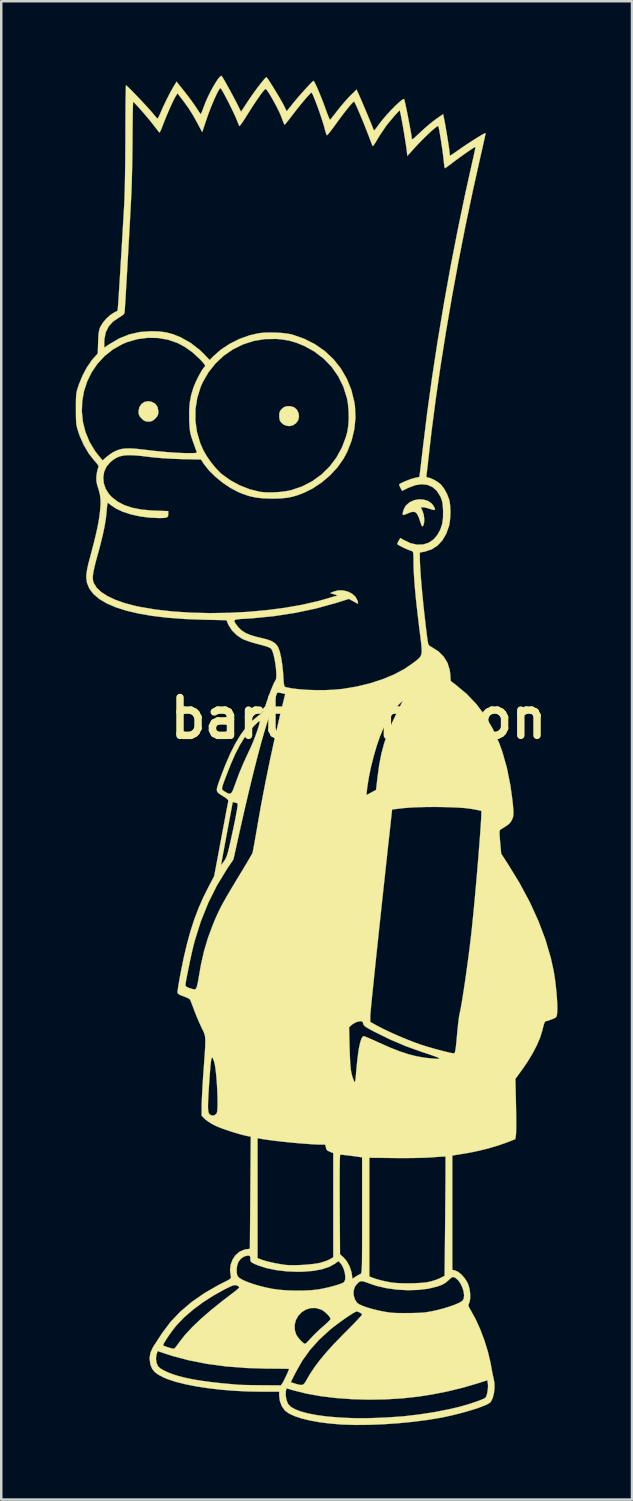
<source format=kicad_pcb>
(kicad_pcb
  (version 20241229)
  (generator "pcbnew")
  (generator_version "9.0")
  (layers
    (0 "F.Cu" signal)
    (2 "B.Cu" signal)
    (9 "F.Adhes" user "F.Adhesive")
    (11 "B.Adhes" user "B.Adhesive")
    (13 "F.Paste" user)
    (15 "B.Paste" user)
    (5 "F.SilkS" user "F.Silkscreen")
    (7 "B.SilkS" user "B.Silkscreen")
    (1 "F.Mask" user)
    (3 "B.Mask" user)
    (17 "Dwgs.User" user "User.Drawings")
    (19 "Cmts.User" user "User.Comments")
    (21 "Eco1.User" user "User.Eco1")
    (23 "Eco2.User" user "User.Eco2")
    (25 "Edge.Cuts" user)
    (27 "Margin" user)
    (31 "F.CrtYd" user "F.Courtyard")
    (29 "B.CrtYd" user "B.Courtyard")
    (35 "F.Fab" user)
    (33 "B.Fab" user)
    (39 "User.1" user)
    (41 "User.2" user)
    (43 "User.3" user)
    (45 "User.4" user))
  (footprint "bart_simpson"
    (layer "F.Cu")
    (at 11.379 25.856)
    (property "Reference" "bart_simpson" (at 0 0 0) (layer "F.SilkS") (effects (font (size 1.524 1.524) (thickness 0.3))))
    (attr through_hole)
    (fp_poly (pts (xy -8.328 -12.736) (xy -8.18 -12.655) (xy -8.089 -12.529) (xy -8.056 -12.359) (xy -8.055 -12.347) (xy -8.065 -12.232) (xy -8.105 -12.145) (xy -8.179 -12.061) (xy -8.274 -11.98) (xy -8.364 -11.945) (xy -8.455 -11.938) (xy -8.566 -11.949) (xy -8.654 -11.993) (xy -8.73 -12.061) (xy -8.81 -12.154) (xy -8.846 -12.242) (xy -8.854 -12.347) (xy -8.823 -12.514) (xy -8.739 -12.645) (xy -8.614 -12.73) (xy -8.461 -12.759) (xy -8.328 -12.736)) (stroke (width 0.01) (type solid)) (fill yes) (layer "F.SilkS"))
    (fp_poly (pts (xy -2.74 -12.557) (xy -2.59 -12.513) (xy -2.477 -12.412) (xy -2.41 -12.265) (xy -2.395 -12.136) (xy -2.428 -11.995) (xy -2.516 -11.873) (xy -2.641 -11.788) (xy -2.782 -11.757) (xy -2.901 -11.773) (xy -3.003 -11.812) (xy -3.013 -11.818) (xy -3.118 -11.906) (xy -3.173 -12.001) (xy -3.191 -12.131) (xy -3.192 -12.168) (xy -3.184 -12.289) (xy -3.15 -12.375) (xy -3.087 -12.449) (xy -2.991 -12.525) (xy -2.884 -12.558) (xy -2.74 -12.557)) (stroke (width 0.01) (type solid)) (fill yes) (layer "F.SilkS"))
    (fp_poly (pts (xy 2.624 -8.798) (xy 2.801 -8.742) (xy 2.946 -8.639) (xy 3.011 -8.556) (xy 3.069 -8.45) (xy 3.079 -8.392) (xy 3.035 -8.379) (xy 2.932 -8.405) (xy 2.886 -8.421) (xy 2.76 -8.46) (xy 2.648 -8.485) (xy 2.597 -8.491) (xy 2.507 -8.491) (xy 2.577 -8.337) (xy 2.622 -8.199) (xy 2.644 -8.044) (xy 2.643 -7.896) (xy 2.619 -7.782) (xy 2.602 -7.751) (xy 2.574 -7.723) (xy 2.55 -7.736) (xy 2.521 -7.799) (xy 2.489 -7.898) (xy 2.422 -8.092) (xy 2.359 -8.221) (xy 2.288 -8.292) (xy 2.2 -8.311) (xy 2.084 -8.285) (xy 1.963 -8.235) (xy 1.867 -8.197) (xy 1.801 -8.179) (xy 1.786 -8.18) (xy 1.776 -8.235) (xy 1.795 -8.328) (xy 1.836 -8.437) (xy 1.89 -8.536) (xy 1.914 -8.568) (xy 2.061 -8.694) (xy 2.239 -8.775) (xy 2.432 -8.809) (xy 2.624 -8.798)) (stroke (width 0.01) (type solid)) (fill yes) (layer "F.SilkS"))
    (fp_poly (pts (xy -5.484 -25.814) (xy -5.429 -25.724) (xy -5.354 -25.593) (xy -5.264 -25.432) (xy -5.166 -25.254) (xy -5.066 -25.069) (xy -4.971 -24.89) (xy -4.887 -24.727) (xy -4.853 -24.659) (xy -4.728 -24.407) (xy -4.457 -24.822) (xy -4.341 -24.995) (xy -4.215 -25.173) (xy -4.088 -25.346) (xy -3.968 -25.505) (xy -3.861 -25.639) (xy -3.776 -25.738) (xy -3.72 -25.792) (xy -3.706 -25.799) (xy -3.678 -25.77) (xy -3.621 -25.689) (xy -3.542 -25.568) (xy -3.449 -25.42) (xy -3.347 -25.254) (xy -3.244 -25.084) (xy -3.148 -24.92) (xy -3.066 -24.775) (xy -3.004 -24.659) (xy -2.991 -24.633) (xy -2.891 -24.428) (xy -2.655 -24.723) (xy -2.548 -24.853) (xy -2.424 -24.999) (xy -2.291 -25.151) (xy -2.158 -25.3) (xy -2.034 -25.434) (xy -1.93 -25.544) (xy -1.853 -25.621) (xy -1.812 -25.653) (xy -1.81 -25.653) (xy -1.785 -25.622) (xy -1.738 -25.533) (xy -1.676 -25.4) (xy -1.604 -25.233) (xy -1.525 -25.044) (xy -1.446 -24.845) (xy -1.371 -24.646) (xy -1.322 -24.511) (xy -1.263 -24.348) (xy -1.211 -24.214) (xy -1.171 -24.122) (xy -1.148 -24.084) (xy -1.146 -24.084) (xy -1.117 -24.115) (xy -1.053 -24.192) (xy -0.964 -24.304) (xy -0.86 -24.44) (xy -0.855 -24.447) (xy -0.719 -24.618) (xy -0.567 -24.798) (xy -0.419 -24.962) (xy -0.332 -25.052) (xy -0.077 -25.303) (xy 0.019 -25.088) (xy 0.081 -24.947) (xy 0.156 -24.773) (xy 0.239 -24.577) (xy 0.324 -24.375) (xy 0.407 -24.177) (xy 0.481 -23.998) (xy 0.541 -23.849) (xy 0.582 -23.745) (xy 0.597 -23.702) (xy 0.613 -23.667) (xy 0.637 -23.666) (xy 0.677 -23.705) (xy 0.743 -23.792) (xy 0.803 -23.876) (xy 0.909 -24.016) (xy 1.037 -24.171) (xy 1.178 -24.331) (xy 1.324 -24.488) (xy 1.467 -24.633) (xy 1.598 -24.757) (xy 1.708 -24.852) (xy 1.79 -24.91) (xy 1.833 -24.921) (xy 1.835 -24.92) (xy 1.849 -24.879) (xy 1.872 -24.779) (xy 1.904 -24.633) (xy 1.941 -24.454) (xy 1.981 -24.255) (xy 2.021 -24.048) (xy 2.059 -23.847) (xy 2.093 -23.664) (xy 2.119 -23.512) (xy 2.136 -23.403) (xy 2.14 -23.355) (xy 2.143 -23.317) (xy 2.158 -23.302) (xy 2.191 -23.315) (xy 2.252 -23.363) (xy 2.348 -23.45) (xy 2.488 -23.582) (xy 2.499 -23.593) (xy 2.662 -23.741) (xy 2.836 -23.892) (xy 3.002 -24.026) (xy 3.132 -24.123) (xy 3.406 -24.312) (xy 3.445 -24.121) (xy 3.476 -23.961) (xy 3.51 -23.769) (xy 3.546 -23.56) (xy 3.581 -23.347) (xy 3.613 -23.146) (xy 3.639 -22.97) (xy 3.657 -22.835) (xy 3.665 -22.754) (xy 3.665 -22.748) (xy 3.671 -22.673) (xy 3.686 -22.642) (xy 3.722 -22.662) (xy 3.804 -22.715) (xy 3.917 -22.793) (xy 4.003 -22.853) (xy 4.182 -22.978) (xy 4.369 -23.104) (xy 4.554 -23.225) (xy 4.727 -23.335) (xy 4.88 -23.429) (xy 5.002 -23.5) (xy 5.084 -23.542) (xy 5.116 -23.549) (xy 5.116 -23.548) (xy 5.108 -23.504) (xy 5.086 -23.4) (xy 5.052 -23.245) (xy 5.009 -23.049) (xy 4.958 -22.824) (xy 4.918 -22.651) (xy 4.605 -21.249) (xy 4.307 -19.83) (xy 4.026 -18.403) (xy 3.764 -16.979) (xy 3.522 -15.57) (xy 3.302 -14.185) (xy 3.107 -12.836) (xy 2.937 -11.533) (xy 2.813 -10.45) (xy 2.792 -10.252) (xy 2.771 -10.071) (xy 2.753 -9.923) (xy 2.74 -9.825) (xy 2.738 -9.806) (xy 2.731 -9.724) (xy 2.755 -9.692) (xy 2.783 -9.688) (xy 2.882 -9.666) (xy 3.012 -9.61) (xy 3.149 -9.532) (xy 3.271 -9.445) (xy 3.327 -9.393) (xy 3.451 -9.23) (xy 3.562 -9.025) (xy 3.644 -8.812) (xy 3.662 -8.743) (xy 3.688 -8.565) (xy 3.699 -8.346) (xy 3.694 -8.114) (xy 3.674 -7.899) (xy 3.647 -7.754) (xy 3.534 -7.432) (xy 3.379 -7.164) (xy 3.185 -6.953) (xy 2.953 -6.8) (xy 2.688 -6.711) (xy 2.679 -6.709) (xy 2.467 -6.667) (xy 2.468 -6.445) (xy 2.473 -6.243) (xy 2.487 -5.98) (xy 2.509 -5.664) (xy 2.539 -5.308) (xy 2.575 -4.92) (xy 2.616 -4.511) (xy 2.662 -4.09) (xy 2.711 -3.669) (xy 2.762 -3.257) (xy 2.763 -3.255) (xy 2.784 -3.102) (xy 2.803 -3.004) (xy 2.829 -2.945) (xy 2.868 -2.906) (xy 2.929 -2.872) (xy 2.938 -2.867) (xy 3.213 -2.692) (xy 3.428 -2.478) (xy 3.581 -2.229) (xy 3.67 -1.945) (xy 3.692 -1.779) (xy 3.711 -1.496) (xy 3.897 -1.358) (xy 4.348 -0.982) (xy 4.747 -0.564) (xy 5.096 -0.099) (xy 5.398 0.416) (xy 5.655 0.985) (xy 5.787 1.349) (xy 5.971 1.995) (xy 6.111 2.697) (xy 6.185 3.229) (xy 6.212 3.472) (xy 6.229 3.655) (xy 6.236 3.791) (xy 6.234 3.893) (xy 6.22 3.972) (xy 6.196 4.042) (xy 6.167 4.104) (xy 6.126 4.174) (xy 6.074 4.235) (xy 5.998 4.3) (xy 5.884 4.377) (xy 5.721 4.479) (xy 5.718 4.481) (xy 5.694 4.503) (xy 5.679 4.539) (xy 5.674 4.604) (xy 5.678 4.709) (xy 5.69 4.866) (xy 5.7 4.986) (xy 5.742 5.453) (xy 6.005 5.856) (xy 6.481 6.634) (xy 6.895 7.406) (xy 7.243 8.169) (xy 7.526 8.921) (xy 7.742 9.657) (xy 7.855 10.176) (xy 7.895 10.422) (xy 7.931 10.693) (xy 7.961 10.972) (xy 7.984 11.243) (xy 7.998 11.49) (xy 8.002 11.699) (xy 7.996 11.854) (xy 7.995 11.863) (xy 7.98 11.966) (xy 7.954 12.028) (xy 7.899 12.069) (xy 7.797 12.111) (xy 7.777 12.119) (xy 7.665 12.159) (xy 7.58 12.185) (xy 7.548 12.192) (xy 7.518 12.202) (xy 7.491 12.239) (xy 7.463 12.315) (xy 7.428 12.443) (xy 7.398 12.565) (xy 7.313 12.841) (xy 7.181 13.152) (xy 7.011 13.482) (xy 6.81 13.816) (xy 6.624 14.089) (xy 6.314 14.516) (xy 6.338 15.558) (xy 6.343 15.835) (xy 6.346 16.097) (xy 6.347 16.332) (xy 6.345 16.529) (xy 6.342 16.677) (xy 6.336 16.765) (xy 6.335 16.771) (xy 6.31 16.941) (xy 5.94 17.085) (xy 5.621 17.196) (xy 5.257 17.304) (xy 4.875 17.401) (xy 4.503 17.48) (xy 4.354 17.506) (xy 4.189 17.533) (xy 4.039 17.558) (xy 3.925 17.577) (xy 3.892 17.582) (xy 3.774 17.602) (xy 3.774 22.201) (xy 3.888 22.226) (xy 4.009 22.282) (xy 4.139 22.388) (xy 4.264 22.528) (xy 4.369 22.686) (xy 4.422 22.8) (xy 4.469 22.973) (xy 4.494 23.161) (xy 4.495 23.34) (xy 4.472 23.488) (xy 4.448 23.547) (xy 4.424 23.605) (xy 4.428 23.661) (xy 4.465 23.74) (xy 4.504 23.806) (xy 4.706 24.172) (xy 4.896 24.589) (xy 5.065 25.035) (xy 5.205 25.487) (xy 5.309 25.924) (xy 5.33 26.035) (xy 5.362 26.218) (xy 5.395 26.386) (xy 5.423 26.521) (xy 5.442 26.597) (xy 5.471 26.768) (xy 5.473 26.963) (xy 5.45 27.161) (xy 5.406 27.342) (xy 5.342 27.484) (xy 5.301 27.538) (xy 5.215 27.596) (xy 5.068 27.664) (xy 4.869 27.74) (xy 4.629 27.82) (xy 4.357 27.902) (xy 4.063 27.982) (xy 3.757 28.057) (xy 3.449 28.125) (xy 3.302 28.154) (xy 2.778 28.241) (xy 2.212 28.314) (xy 1.621 28.373) (xy 1.024 28.414) (xy 0.438 28.438) (xy -0.117 28.443) (xy -0.624 28.428) (xy -0.708 28.424) (xy -1.163 28.385) (xy -1.584 28.331) (xy -1.964 28.262) (xy -2.297 28.18) (xy -2.578 28.086) (xy -2.799 27.983) (xy -2.954 27.87) (xy -2.967 27.858) (xy -3.088 27.687) (xy -3.166 27.477) (xy -3.193 27.264) (xy -3.193 27.242) (xy -2.932 27.242) (xy -2.903 27.424) (xy -2.842 27.585) (xy -2.832 27.601) (xy -2.728 27.711) (xy -2.555 27.812) (xy -2.319 27.902) (xy -2.024 27.981) (xy -1.675 28.048) (xy -1.275 28.102) (xy -0.829 28.14) (xy -0.544 28.156) (xy -0.302 28.166) (xy -0.081 28.172) (xy 0.135 28.173) (xy 0.363 28.171) (xy 0.619 28.164) (xy 0.918 28.152) (xy 1.197 28.139) (xy 1.793 28.097) (xy 2.418 28.025) (xy 3.046 27.929) (xy 3.648 27.811) (xy 4.046 27.717) (xy 4.257 27.659) (xy 4.473 27.594) (xy 4.678 27.527) (xy 4.858 27.463) (xy 5.001 27.406) (xy 5.091 27.361) (xy 5.105 27.352) (xy 5.143 27.289) (xy 5.176 27.178) (xy 5.201 27.041) (xy 5.213 26.903) (xy 5.208 26.787) (xy 5.207 26.782) (xy 5.184 26.643) (xy 4.811 26.764) (xy 4.217 26.939) (xy 3.58 27.094) (xy 2.929 27.222) (xy 2.413 27.302) (xy 1.757 27.374) (xy 1.084 27.414) (xy 0.406 27.425) (xy -0.264 27.406) (xy -0.914 27.359) (xy -1.533 27.283) (xy -2.108 27.179) (xy -2.603 27.056) (xy -2.899 26.97) (xy -2.923 27.077) (xy -2.932 27.242) (xy -3.193 27.242) (xy -3.193 27.105) (xy -3.892 27.105) (xy -4.453 27.095) (xy -5.007 27.068) (xy -5.544 27.024) (xy -6.056 26.964) (xy -6.535 26.891) (xy -6.973 26.804) (xy -7.36 26.706) (xy -7.689 26.598) (xy -7.856 26.528) (xy -8.063 26.418) (xy -8.21 26.305) (xy -8.309 26.177) (xy -8.372 26.02) (xy -8.382 25.981) (xy -8.407 25.77) (xy -8.153 25.77) (xy -8.128 25.947) (xy -8.07 26.08) (xy -7.991 26.157) (xy -7.853 26.242) (xy -7.669 26.329) (xy -7.45 26.412) (xy -7.272 26.468) (xy -6.995 26.54) (xy -6.687 26.604) (xy -6.341 26.663) (xy -5.948 26.716) (xy -5.5 26.766) (xy -4.991 26.812) (xy -4.808 26.828) (xy -4.728 26.831) (xy -4.589 26.835) (xy -4.404 26.839) (xy -4.187 26.842) (xy -3.951 26.845) (xy -3.894 26.845) (xy -3.126 26.851) (xy -3.057 26.752) (xy -3.041 26.724) (xy -2.728 26.724) (xy -2.534 26.786) (xy -2.383 26.828) (xy -2.28 26.835) (xy -2.206 26.802) (xy -2.144 26.724) (xy -2.113 26.67) (xy -1.951 26.391) (xy -1.765 26.111) (xy -1.548 25.824) (xy -1.294 25.519) (xy -0.996 25.191) (xy -0.648 24.831) (xy -0.511 24.693) (xy -0.332 24.514) (xy -0.173 24.351) (xy -0.038 24.21) (xy 0.064 24.1) (xy 0.127 24.027) (xy 0.145 24) (xy 0.115 23.959) (xy 0.045 23.915) (xy -0.036 23.883) (xy -0.078 23.876) (xy -0.133 23.897) (xy -0.233 23.954) (xy -0.368 24.04) (xy -0.527 24.147) (xy -0.697 24.267) (xy -0.867 24.392) (xy -1.026 24.514) (xy -1.147 24.611) (xy -1.579 25.007) (xy -1.948 25.418) (xy -2.261 25.853) (xy -2.525 26.319) (xy -2.728 26.724) (xy -3.041 26.724) (xy -3.021 26.689) (xy -2.97 26.587) (xy -2.912 26.467) (xy -2.858 26.348) (xy -2.816 26.25) (xy -2.795 26.192) (xy -2.794 26.187) (xy -2.829 26.185) (xy -2.926 26.183) (xy -3.077 26.181) (xy -3.271 26.178) (xy -3.498 26.177) (xy -3.692 26.176) (xy -4.525 26.151) (xy -5.327 26.088) (xy -6.091 25.986) (xy -6.81 25.846) (xy -7.475 25.671) (xy -7.747 25.584) (xy -7.888 25.536) (xy -8 25.498) (xy -8.067 25.476) (xy -8.08 25.473) (xy -8.094 25.503) (xy -8.121 25.579) (xy -8.129 25.602) (xy -8.153 25.77) (xy -8.407 25.77) (xy -8.409 25.753) (xy -8.374 25.537) (xy -8.274 25.318) (xy -8.241 25.265) (xy -8.221 25.234) (xy -7.865 25.234) (xy -7.863 25.242) (xy -7.812 25.27) (xy -7.718 25.304) (xy -7.607 25.339) (xy -7.504 25.365) (xy -7.433 25.376) (xy -7.42 25.375) (xy -7.384 25.34) (xy -7.319 25.26) (xy -7.237 25.149) (xy -7.203 25.101) (xy -6.984 24.821) (xy -6.7 24.515) (xy -6.595 24.415) (xy -2.571 24.415) (xy -2.565 24.622) (xy -2.509 24.802) (xy -2.454 24.892) (xy -2.375 24.992) (xy -2.286 25.086) (xy -2.205 25.155) (xy -2.149 25.182) (xy -2.149 25.182) (xy -2.114 25.157) (xy -2.045 25.089) (xy -1.953 24.992) (xy -1.912 24.947) (xy -1.786 24.814) (xy -1.63 24.662) (xy -1.471 24.517) (xy -1.413 24.467) (xy -1.294 24.361) (xy -1.198 24.269) (xy -1.139 24.202) (xy -1.125 24.177) (xy -1.152 24.11) (xy -1.224 24.02) (xy -1.321 23.926) (xy -1.427 23.843) (xy -1.506 23.799) (xy -1.717 23.737) (xy -1.923 23.74) (xy -2.115 23.798) (xy -2.284 23.903) (xy -2.422 24.047) (xy -2.521 24.22) (xy -2.571 24.415) (xy -6.595 24.415) (xy -6.354 24.184) (xy -5.946 23.83) (xy -5.479 23.453) (xy -5.101 23.165) (xy -4.977 23.07) (xy -4.94 23.039) (xy -0.197 23.039) (xy -0.197 23.222) (xy -0.14 23.402) (xy -0.06 23.523) (xy 0.021 23.584) (xy 0.163 23.65) (xy 0.352 23.717) (xy 0.576 23.782) (xy 0.824 23.842) (xy 1.083 23.893) (xy 1.288 23.924) (xy 1.412 23.933) (xy 1.59 23.94) (xy 1.802 23.942) (xy 2.031 23.941) (xy 2.257 23.937) (xy 2.462 23.93) (xy 2.626 23.919) (xy 2.703 23.911) (xy 2.946 23.869) (xy 3.201 23.812) (xy 3.455 23.744) (xy 3.693 23.669) (xy 3.902 23.593) (xy 4.069 23.519) (xy 4.178 23.451) (xy 4.182 23.448) (xy 4.236 23.357) (xy 4.25 23.225) (xy 4.229 23.069) (xy 4.178 22.905) (xy 4.103 22.749) (xy 4.008 22.616) (xy 3.899 22.524) (xy 3.885 22.516) (xy 3.827 22.491) (xy 3.78 22.491) (xy 3.724 22.525) (xy 3.64 22.601) (xy 3.617 22.624) (xy 3.503 22.72) (xy 3.379 22.793) (xy 3.218 22.856) (xy 3.156 22.876) (xy 2.802 22.961) (xy 2.403 23.008) (xy 1.977 23.02) (xy 1.544 22.997) (xy 1.12 22.938) (xy 0.723 22.846) (xy 0.488 22.768) (xy 0.32 22.706) (xy 0.205 22.669) (xy 0.125 22.656) (xy 0.066 22.667) (xy 0.012 22.699) (xy -0.029 22.733) (xy -0.141 22.871) (xy -0.197 23.039) (xy -4.94 23.039) (xy -4.877 22.987) (xy -4.814 22.929) (xy -4.8 22.909) (xy -4.821 22.871) (xy -4.889 22.833) (xy -4.896 22.83) (xy -4.949 22.817) (xy -5.006 22.819) (xy -5.081 22.841) (xy -5.188 22.887) (xy -5.341 22.962) (xy -5.392 22.988) (xy -5.833 23.232) (xy -6.258 23.505) (xy -6.652 23.798) (xy -7.002 24.099) (xy -7.294 24.399) (xy -7.296 24.401) (xy -7.396 24.522) (xy -7.503 24.662) (xy -7.609 24.81) (xy -7.707 24.953) (xy -7.788 25.08) (xy -7.843 25.177) (xy -7.865 25.234) (xy -8.221 25.234) (xy -8.159 25.14) (xy -8.055 24.98) (xy -7.945 24.812) (xy -7.895 24.736) (xy -7.568 24.3) (xy -7.174 23.886) (xy -6.718 23.498) (xy -6.201 23.138) (xy -5.628 22.809) (xy -5.469 22.728) (xy -5.314 22.65) (xy -5.213 22.596) (xy -5.157 22.555) (xy -5.134 22.519) (xy -5.134 22.478) (xy -5.143 22.443) (xy -5.171 22.211) (xy -5.171 22.204) (xy -4.905 22.204) (xy -4.895 22.358) (xy -4.863 22.459) (xy -4.796 22.527) (xy -4.667 22.603) (xy -4.487 22.682) (xy -4.267 22.762) (xy -4.018 22.838) (xy -3.75 22.906) (xy -3.473 22.964) (xy -3.447 22.968) (xy -3.177 23.004) (xy -2.861 23.028) (xy -2.524 23.038) (xy -2.189 23.035) (xy -1.879 23.019) (xy -1.616 22.988) (xy -1.614 22.988) (xy -1.415 22.951) (xy -1.209 22.905) (xy -1.009 22.853) (xy -0.832 22.801) (xy -0.691 22.751) (xy -0.601 22.709) (xy -0.583 22.695) (xy -0.54 22.608) (xy -0.531 22.478) (xy -0.551 22.323) (xy -0.596 22.164) (xy -0.664 22.02) (xy -0.731 21.929) (xy -0.806 21.849) (xy -0.95 21.953) (xy -1.179 22.081) (xy -1.47 22.177) (xy -1.819 22.242) (xy -2.223 22.275) (xy -2.438 22.279) (xy -2.889 22.262) (xy -3.318 22.211) (xy -3.711 22.129) (xy -4.055 22.018) (xy -4.161 21.973) (xy -4.27 21.92) (xy -4.328 21.876) (xy -4.351 21.823) (xy -4.354 21.755) (xy -4.356 21.73) (xy -4.064 21.73) (xy -3.868 21.803) (xy -3.718 21.85) (xy -3.518 21.899) (xy -3.29 21.946) (xy -3.058 21.986) (xy -2.939 22.003) (xy -2.773 22.014) (xy -2.558 22.015) (xy -2.316 22.007) (xy -2.068 21.99) (xy -1.836 21.967) (xy -1.641 21.939) (xy -1.547 21.919) (xy -1.393 21.873) (xy -1.251 21.822) (xy -1.148 21.774) (xy -1.139 21.769) (xy -1.016 21.693) (xy -1.016 18.755) (xy -0.76 18.755) (xy -0.759 19.16) (xy -0.757 19.569) (xy -0.744 21.576) (xy -0.609 21.694) (xy -0.473 21.852) (xy -0.362 22.055) (xy -0.287 22.277) (xy -0.269 22.375) (xy -0.246 22.562) (xy -0.12 22.477) (xy -0.023 22.417) (xy 0.061 22.375) (xy 0.075 22.369) (xy 0.089 22.363) (xy 0.101 22.35) (xy 0.111 22.325) (xy 0.12 22.283) (xy 0.127 22.219) (xy 0.132 22.126) (xy 0.137 22.001) (xy 0.14 21.838) (xy 0.142 21.631) (xy 0.144 21.375) (xy 0.145 21.066) (xy 0.145 20.697) (xy 0.145 20.263) (xy 0.145 20.011) (xy 0.145 17.689) (xy 0.435 17.689) (xy 0.435 20.077) (xy 0.435 22.465) (xy 0.553 22.514) (xy 0.7 22.566) (xy 0.892 22.62) (xy 1.102 22.669) (xy 1.301 22.707) (xy 1.336 22.712) (xy 1.524 22.731) (xy 1.759 22.742) (xy 2.018 22.744) (xy 2.279 22.739) (xy 2.52 22.726) (xy 2.718 22.706) (xy 2.772 22.698) (xy 2.943 22.658) (xy 3.119 22.603) (xy 3.261 22.545) (xy 3.261 22.545) (xy 3.465 22.443) (xy 3.489 20.048) (xy 3.492 19.638) (xy 3.496 19.25) (xy 3.498 18.889) (xy 3.501 18.563) (xy 3.502 18.276) (xy 3.503 18.036) (xy 3.503 17.847) (xy 3.503 17.716) (xy 3.502 17.649) (xy 3.501 17.641) (xy 3.463 17.64) (xy 3.366 17.644) (xy 3.224 17.653) (xy 3.049 17.666) (xy 2.988 17.671) (xy 2.806 17.683) (xy 2.568 17.692) (xy 2.289 17.698) (xy 1.985 17.702) (xy 1.673 17.703) (xy 1.46 17.701) (xy 0.435 17.689) (xy 0.145 17.689) (xy 0.145 17.674) (xy 0.027 17.656) (xy -0.069 17.642) (xy -0.202 17.624) (xy -0.352 17.605) (xy -0.5 17.587) (xy -0.627 17.573) (xy -0.712 17.564) (xy -0.735 17.562) (xy -0.743 17.598) (xy -0.749 17.703) (xy -0.754 17.875) (xy -0.757 18.109) (xy -0.759 18.404) (xy -0.76 18.755) (xy -1.016 18.755) (xy -1.016 17.501) (xy -1.159 17.445) (xy -1.253 17.399) (xy -1.297 17.344) (xy -1.313 17.267) (xy -1.333 17.183) (xy -1.367 17.154) (xy -1.369 17.154) (xy -1.458 17.16) (xy -1.607 17.158) (xy -1.807 17.149) (xy -2.045 17.134) (xy -2.312 17.113) (xy -2.595 17.089) (xy -2.884 17.061) (xy -3.168 17.03) (xy -3.436 16.998) (xy -3.677 16.966) (xy -3.88 16.935) (xy -3.946 16.923) (xy -4.064 16.901) (xy -4.064 21.73) (xy -4.356 21.73) (xy -4.36 21.669) (xy -4.39 21.633) (xy -4.454 21.626) (xy -4.597 21.66) (xy -4.73 21.749) (xy -4.832 21.879) (xy -4.842 21.899) (xy -4.887 22.042) (xy -4.905 22.204) (xy -5.171 22.204) (xy -5.143 21.985) (xy -5.064 21.778) (xy -4.942 21.602) (xy -4.783 21.468) (xy -4.593 21.387) (xy -4.527 21.375) (xy -4.372 21.354) (xy -4.354 19.098) (xy -4.336 16.841) (xy -4.462 16.818) (xy -4.642 16.777) (xy -4.864 16.716) (xy -5.107 16.642) (xy -5.348 16.562) (xy -5.566 16.483) (xy -5.736 16.412) (xy -5.75 16.406) (xy -5.903 16.326) (xy -6.048 16.236) (xy -6.159 16.153) (xy -6.18 16.133) (xy -6.314 16) (xy -6.313 15.629) (xy -6.313 15.604) (xy -6.058 15.604) (xy -6.055 15.73) (xy -6.045 15.821) (xy -6.029 15.885) (xy -6.006 15.927) (xy -5.998 15.937) (xy -5.908 15.99) (xy -5.809 15.984) (xy -5.724 15.923) (xy -5.705 15.893) (xy -5.687 15.817) (xy -5.676 15.681) (xy -5.672 15.498) (xy -5.675 15.28) (xy -5.682 15.039) (xy -5.695 14.789) (xy -5.712 14.541) (xy -5.733 14.307) (xy -5.757 14.101) (xy -5.783 13.935) (xy -5.81 13.822) (xy -5.843 13.731) (xy -5.87 13.673) (xy -5.893 13.654) (xy -5.912 13.678) (xy -5.93 13.751) (xy -5.947 13.878) (xy -5.965 14.062) (xy -5.984 14.31) (xy -6.005 14.596) (xy -6.028 14.938) (xy -6.044 15.215) (xy -6.054 15.434) (xy -6.058 15.604) (xy -6.313 15.604) (xy -6.311 15.489) (xy -6.303 15.292) (xy -6.291 15.052) (xy -6.276 14.783) (xy -6.259 14.501) (xy -6.243 14.278) (xy -6.217 13.917) (xy -6.196 13.621) (xy -6.18 13.38) (xy -6.17 13.188) (xy -6.165 13.037) (xy -6.167 12.918) (xy -6.175 12.823) (xy -6.19 12.745) (xy -6.212 12.676) (xy -6.241 12.606) (xy -6.279 12.529) (xy -6.32 12.446) (xy -6.321 12.442) (xy -0.381 12.442) (xy -0.358 13.288) (xy -0.348 13.593) (xy -0.336 13.838) (xy -0.322 14.034) (xy -0.302 14.192) (xy -0.275 14.326) (xy -0.241 14.446) (xy -0.197 14.564) (xy -0.18 14.605) (xy -0.162 14.64) (xy -0.148 14.645) (xy -0.135 14.613) (xy -0.123 14.536) (xy -0.109 14.405) (xy -0.092 14.212) (xy -0.085 14.133) (xy -0.064 13.907) (xy -0.039 13.68) (xy -0.013 13.474) (xy 0.012 13.31) (xy 0.02 13.262) (xy 0.068 13.05) (xy 0.115 12.905) (xy 0.163 12.822) (xy 0.214 12.796) (xy 0.219 12.797) (xy 0.269 12.813) (xy 0.371 12.856) (xy 0.516 12.918) (xy 0.69 12.996) (xy 0.83 13.06) (xy 1.262 13.252) (xy 1.648 13.404) (xy 2.002 13.521) (xy 2.336 13.606) (xy 2.664 13.664) (xy 2.994 13.698) (xy 3.127 13.706) (xy 3.215 13.706) (xy 3.254 13.698) (xy 3.242 13.679) (xy 3.175 13.647) (xy 3.05 13.599) (xy 2.862 13.534) (xy 2.61 13.45) (xy 2.554 13.432) (xy 1.9 13.197) (xy 1.266 12.927) (xy 0.621 12.609) (xy 0.599 12.597) (xy 0.428 12.505) (xy 0.313 12.437) (xy 0.241 12.384) (xy 0.204 12.339) (xy 0.189 12.294) (xy 0.188 12.289) (xy 0.163 12.215) (xy 0.101 12.192) (xy 0.091 12.192) (xy -0.074 12.223) (xy -0.234 12.309) (xy -0.29 12.356) (xy -0.381 12.442) (xy -6.321 12.442) (xy -6.41 12.248) (xy -6.508 12.021) (xy -6.517 11.997) (xy 0.472 11.997) (xy 0.472 12.224) (xy 0.782 12.394) (xy 1.019 12.515) (xy 1.303 12.65) (xy 1.615 12.788) (xy 1.932 12.921) (xy 2.234 13.04) (xy 2.466 13.124) (xy 2.642 13.181) (xy 2.843 13.242) (xy 3.055 13.303) (xy 3.266 13.36) (xy 3.463 13.411) (xy 3.633 13.452) (xy 3.762 13.478) (xy 3.838 13.488) (xy 3.846 13.488) (xy 3.867 13.471) (xy 3.885 13.424) (xy 3.903 13.338) (xy 3.921 13.203) (xy 3.941 13.013) (xy 3.963 12.772) (xy 3.984 12.543) (xy 4.006 12.329) (xy 4.028 12.144) (xy 4.047 12.004) (xy 4.062 11.921) (xy 4.062 11.92) (xy 4.092 11.785) (xy 4.13 11.587) (xy 4.173 11.336) (xy 4.22 11.04) (xy 4.27 10.711) (xy 4.322 10.356) (xy 4.373 9.985) (xy 4.424 9.608) (xy 4.472 9.234) (xy 4.515 8.872) (xy 4.535 8.707) (xy 4.565 8.428) (xy 4.597 8.113) (xy 4.631 7.77) (xy 4.666 7.405) (xy 4.701 7.024) (xy 4.735 6.635) (xy 4.769 6.244) (xy 4.802 5.858) (xy 4.832 5.484) (xy 4.86 5.128) (xy 4.885 4.798) (xy 4.907 4.5) (xy 4.924 4.242) (xy 4.937 4.029) (xy 4.944 3.868) (xy 4.945 3.767) (xy 4.941 3.733) (xy 4.898 3.718) (xy 4.797 3.696) (xy 4.656 3.669) (xy 4.499 3.642) (xy 4.298 3.617) (xy 4.039 3.598) (xy 3.737 3.584) (xy 3.407 3.575) (xy 3.062 3.571) (xy 2.719 3.574) (xy 2.391 3.581) (xy 2.093 3.595) (xy 1.84 3.615) (xy 1.755 3.624) (xy 1.352 3.673) (xy 1.331 3.86) (xy 1.258 4.531) (xy 1.184 5.198) (xy 1.113 5.856) (xy 1.043 6.503) (xy 0.974 7.133) (xy 0.909 7.743) (xy 0.846 8.329) (xy 0.787 8.886) (xy 0.731 9.41) (xy 0.68 9.898) (xy 0.633 10.346) (xy 0.592 10.749) (xy 0.555 11.103) (xy 0.525 11.404) (xy 0.501 11.649) (xy 0.484 11.833) (xy 0.474 11.952) (xy 0.472 11.997) (xy -6.517 11.997) (xy -6.594 11.805) (xy -6.619 11.738) (xy -6.676 11.583) (xy -6.727 11.451) (xy -6.764 11.357) (xy -6.78 11.323) (xy -6.827 11.286) (xy -6.923 11.239) (xy -7.042 11.193) (xy -7.181 11.14) (xy -7.259 11.092) (xy -7.286 11.045) (xy -7.283 10.989) (xy -7.267 10.874) (xy -7.247 10.747) (xy -6.967 10.747) (xy -6.938 10.799) (xy -6.846 10.847) (xy -6.795 10.864) (xy -6.678 10.899) (xy -6.611 10.915) (xy -6.574 10.91) (xy -6.547 10.887) (xy -6.534 10.87) (xy -6.51 10.813) (xy -6.481 10.703) (xy -6.452 10.559) (xy -6.44 10.48) (xy -6.337 9.893) (xy -6.212 9.354) (xy -6.059 8.843) (xy -5.89 8.382) (xy -5.812 8.19) (xy -5.739 8.016) (xy -5.664 7.851) (xy -5.584 7.685) (xy -5.494 7.511) (xy -5.388 7.32) (xy -5.263 7.101) (xy -5.113 6.847) (xy -4.934 6.549) (xy -4.736 6.223) (xy -4.609 6.013) (xy -4.495 5.821) (xy -4.397 5.656) (xy -4.323 5.528) (xy -4.278 5.447) (xy -4.268 5.425) (xy -4.255 5.372) (xy -4.232 5.257) (xy -4.201 5.09) (xy -4.164 4.88) (xy -4.121 4.637) (xy -4.075 4.37) (xy -4.064 4.3) (xy -3.916 3.464) (xy -3.845 3.093) (xy 0.318 3.093) (xy 0.706 2.885) (xy 0.767 2.359) (xy 0.834 1.869) (xy 0.921 1.425) (xy 1.033 1.007) (xy 1.176 0.594) (xy 1.358 0.164) (xy 1.532 -0.2) (xy 1.785 -0.708) (xy 1.634 -0.562) (xy 1.511 -0.424) (xy 1.372 -0.236) (xy 1.23 -0.017) (xy 1.097 0.214) (xy 0.991 0.424) (xy 0.862 0.737) (xy 0.735 1.104) (xy 0.617 1.504) (xy 0.511 1.919) (xy 0.425 2.329) (xy 0.361 2.715) (xy 0.343 2.862) (xy 0.318 3.093) (xy -3.845 3.093) (xy -3.747 2.584) (xy -3.563 1.683) (xy -3.368 0.786) (xy -3.168 -0.082) (xy -3.072 -0.478) (xy -2.951 -0.974) (xy -3.099 -1.011) (xy -3.196 -1.029) (xy -3.26 -1.029) (xy -3.27 -1.023) (xy -3.292 -0.977) (xy -3.332 -0.873) (xy -3.385 -0.72) (xy -3.45 -0.529) (xy -3.521 -0.312) (xy -3.597 -0.078) (xy -3.673 0.161) (xy -3.745 0.395) (xy -3.811 0.614) (xy -3.833 0.689) (xy -3.938 1.062) (xy -4.054 1.497) (xy -4.178 1.983) (xy -4.309 2.511) (xy -4.444 3.071) (xy -4.58 3.653) (xy -4.715 4.247) (xy -4.752 4.41) (xy -5.034 5.681) (xy -5.293 6.065) (xy -5.694 6.723) (xy -6.046 7.429) (xy -6.346 8.174) (xy -6.589 8.948) (xy -6.637 9.133) (xy -6.679 9.306) (xy -6.726 9.511) (xy -6.775 9.735) (xy -6.823 9.965) (xy -6.868 10.187) (xy -6.908 10.39) (xy -6.94 10.559) (xy -6.96 10.683) (xy -6.967 10.747) (xy -7.247 10.747) (xy -7.242 10.712) (xy -7.208 10.516) (xy -7.168 10.298) (xy -7.166 10.286) (xy -7.039 9.657) (xy -6.905 9.088) (xy -6.763 8.57) (xy -6.607 8.089) (xy -6.434 7.634) (xy -6.24 7.194) (xy -6.023 6.762) (xy -5.81 6.358) (xy -5.726 5.915) (xy -5.533 5.915) (xy -5.511 5.888) (xy -5.459 5.819) (xy -5.408 5.748) (xy -5.367 5.685) (xy -5.33 5.613) (xy -5.295 5.523) (xy -5.259 5.404) (xy -5.218 5.245) (xy -5.169 5.035) (xy -5.116 4.794) (xy -5.04 4.443) (xy -4.976 4.137) (xy -4.926 3.879) (xy -4.89 3.676) (xy -4.868 3.53) (xy -4.863 3.448) (xy -4.866 3.431) (xy -4.909 3.412) (xy -4.971 3.394) (xy -5.062 3.372) (xy -5.3 4.643) (xy -5.355 4.936) (xy -5.405 5.206) (xy -5.449 5.443) (xy -5.485 5.641) (xy -5.512 5.79) (xy -5.529 5.884) (xy -5.533 5.915) (xy -5.726 5.915) (xy -5.535 4.893) (xy -5.475 4.574) (xy -5.419 4.276) (xy -5.368 4.005) (xy -5.324 3.771) (xy -5.288 3.581) (xy -5.261 3.443) (xy -5.246 3.365) (xy -5.243 3.352) (xy -5.246 3.303) (xy -5.285 3.251) (xy -5.372 3.187) (xy -5.438 3.145) (xy -5.559 3.07) (xy -5.642 3.01) (xy -5.689 2.951) (xy -5.704 2.879) (xy -5.699 2.844) (xy -5.493 2.844) (xy -5.479 2.882) (xy -5.448 2.911) (xy -5.403 2.941) (xy -5.382 2.955) (xy -5.26 3.025) (xy -5.174 3.041) (xy -5.112 3) (xy -5.07 2.93) (xy -5.03 2.833) (xy -4.979 2.698) (xy -4.936 2.576) (xy -4.802 2.214) (xy -4.632 1.808) (xy -4.432 1.375) (xy -4.399 1.306) (xy -4.322 1.139) (xy -4.243 0.953) (xy -4.167 0.759) (xy -4.098 0.57) (xy -4.04 0.398) (xy -3.998 0.256) (xy -3.976 0.156) (xy -3.978 0.111) (xy -4.01 0.127) (xy -4.079 0.185) (xy -4.173 0.277) (xy -4.234 0.339) (xy -4.435 0.57) (xy -4.62 0.824) (xy -4.794 1.111) (xy -4.962 1.441) (xy -5.131 1.825) (xy -5.271 2.177) (xy -5.359 2.407) (xy -5.424 2.579) (xy -5.467 2.703) (xy -5.489 2.788) (xy -5.493 2.844) (xy -5.699 2.844) (xy -5.689 2.781) (xy -5.646 2.642) (xy -5.577 2.45) (xy -5.567 2.423) (xy -5.36 1.88) (xy -5.153 1.405) (xy -4.943 0.994) (xy -4.728 0.642) (xy -4.505 0.344) (xy -4.271 0.097) (xy -4.068 -0.072) (xy -3.943 -0.169) (xy -3.863 -0.246) (xy -3.811 -0.323) (xy -3.772 -0.42) (xy -3.758 -0.463) (xy -3.693 -0.664) (xy -3.621 -0.87) (xy -3.548 -1.067) (xy -3.478 -1.243) (xy -3.417 -1.385) (xy -3.37 -1.48) (xy -3.346 -1.514) (xy -3.318 -1.576) (xy -3.307 -1.693) (xy -3.31 -1.85) (xy -3.325 -2.033) (xy -3.351 -2.225) (xy -3.385 -2.413) (xy -3.425 -2.581) (xy -3.47 -2.715) (xy -3.513 -2.794) (xy -3.573 -2.837) (xy -3.687 -2.884) (xy -3.863 -2.936) (xy -4.028 -2.979) (xy -4.228 -3.033) (xy -4.423 -3.094) (xy -4.589 -3.155) (xy -4.692 -3.202) (xy -4.908 -3.349) (xy -5.092 -3.535) (xy -5.226 -3.741) (xy -5.248 -3.789) (xy -5.313 -3.945) (xy -6.276 -3.966) (xy -7.01 -3.994) (xy -7.685 -4.045) (xy -8.299 -4.118) (xy -8.853 -4.213) (xy -9.344 -4.329) (xy -9.773 -4.466) (xy -10.137 -4.623) (xy -10.435 -4.801) (xy -10.668 -4.999) (xy -10.833 -5.217) (xy -10.93 -5.454) (xy -10.95 -5.612) (xy -10.693 -5.612) (xy -10.679 -5.513) (xy -10.652 -5.433) (xy -10.537 -5.25) (xy -10.353 -5.077) (xy -10.104 -4.916) (xy -9.794 -4.769) (xy -9.426 -4.638) (xy -9.005 -4.525) (xy -8.803 -4.482) (xy -8.16 -4.373) (xy -7.468 -4.296) (xy -6.739 -4.248) (xy -5.985 -4.23) (xy -5.218 -4.241) (xy -4.451 -4.281) (xy -3.695 -4.349) (xy -2.964 -4.444) (xy -2.269 -4.566) (xy -1.623 -4.715) (xy -1.281 -4.811) (xy -1.118 -4.86) (xy -0.981 -4.9) (xy -0.885 -4.928) (xy -0.844 -4.938) (xy -0.858 -4.949) (xy -0.926 -4.972) (xy -0.98 -4.988) (xy -1.143 -5.034) (xy -1.008 -5.093) (xy -0.818 -5.145) (xy -0.619 -5.143) (xy -0.426 -5.096) (xy -0.255 -5.008) (xy -0.121 -4.885) (xy -0.04 -4.733) (xy -0.038 -4.726) (xy -0.02 -4.647) (xy -0.019 -4.609) (xy -0.021 -4.608) (xy -0.058 -4.625) (xy -0.139 -4.666) (xy -0.21 -4.706) (xy -0.385 -4.803) (xy -0.927 -4.633) (xy -1.705 -4.418) (xy -2.53 -4.243) (xy -3.388 -4.11) (xy -4.264 -4.023) (xy -4.563 -4.004) (xy -4.76 -3.992) (xy -4.892 -3.978) (xy -4.969 -3.958) (xy -4.999 -3.927) (xy -4.991 -3.881) (xy -4.952 -3.816) (xy -4.948 -3.809) (xy -4.83 -3.653) (xy -4.7 -3.53) (xy -4.546 -3.43) (xy -4.353 -3.348) (xy -4.109 -3.276) (xy -3.916 -3.231) (xy -3.67 -3.168) (xy -3.487 -3.097) (xy -3.355 -3.012) (xy -3.264 -2.909) (xy -3.232 -2.851) (xy -3.171 -2.684) (xy -3.118 -2.457) (xy -3.073 -2.182) (xy -3.039 -1.87) (xy -3.026 -1.692) (xy -3.015 -1.511) (xy -3.004 -1.39) (xy -2.99 -1.316) (xy -2.97 -1.275) (xy -2.941 -1.255) (xy -2.911 -1.246) (xy -2.667 -1.199) (xy -2.369 -1.163) (xy -2.032 -1.14) (xy -1.676 -1.129) (xy -1.315 -1.132) (xy -0.969 -1.148) (xy -0.652 -1.178) (xy -0.635 -1.18) (xy -0.076 -1.274) (xy 0.461 -1.404) (xy 0.967 -1.568) (xy 1.431 -1.761) (xy 1.843 -1.98) (xy 2.174 -2.205) (xy 2.291 -2.293) (xy 2.383 -2.366) (xy 2.452 -2.431) (xy 2.501 -2.499) (xy 2.53 -2.578) (xy 2.543 -2.68) (xy 2.541 -2.812) (xy 2.526 -2.985) (xy 2.499 -3.209) (xy 2.463 -3.492) (xy 2.45 -3.594) (xy 2.375 -4.224) (xy 2.313 -4.784) (xy 2.267 -5.277) (xy 2.235 -5.702) (xy 2.217 -6.062) (xy 2.214 -6.284) (xy 2.213 -6.465) (xy 2.209 -6.587) (xy 2.2 -6.661) (xy 2.184 -6.703) (xy 2.157 -6.723) (xy 2.132 -6.732) (xy 2.031 -6.768) (xy 1.908 -6.819) (xy 1.783 -6.878) (xy 1.671 -6.936) (xy 1.591 -6.983) (xy 1.56 -7.012) (xy 1.577 -7.065) (xy 1.619 -7.145) (xy 1.621 -7.149) (xy 1.682 -7.253) (xy 1.83 -7.167) (xy 2.098 -7.043) (xy 2.357 -6.986) (xy 2.602 -6.992) (xy 2.825 -7.063) (xy 3.02 -7.196) (xy 3.174 -7.377) (xy 3.291 -7.59) (xy 3.366 -7.813) (xy 3.402 -8.064) (xy 3.404 -8.359) (xy 3.393 -8.547) (xy 3.375 -8.685) (xy 3.346 -8.798) (xy 3.3 -8.91) (xy 3.289 -8.935) (xy 3.152 -9.15) (xy 2.979 -9.303) (xy 2.775 -9.392) (xy 2.543 -9.418) (xy 2.284 -9.379) (xy 2.004 -9.274) (xy 1.957 -9.251) (xy 1.755 -9.15) (xy 1.688 -9.274) (xy 1.649 -9.356) (xy 1.634 -9.407) (xy 1.636 -9.412) (xy 1.705 -9.456) (xy 1.821 -9.512) (xy 1.962 -9.571) (xy 2.104 -9.624) (xy 2.227 -9.661) (xy 2.241 -9.665) (xy 2.449 -9.712) (xy 2.476 -9.909) (xy 2.488 -10.003) (xy 2.506 -10.156) (xy 2.53 -10.353) (xy 2.556 -10.581) (xy 2.585 -10.827) (xy 2.596 -10.922) (xy 2.765 -12.303) (xy 2.964 -13.735) (xy 3.188 -15.202) (xy 3.437 -16.689) (xy 3.706 -18.182) (xy 3.995 -19.666) (xy 4.299 -21.125) (xy 4.588 -22.422) (xy 4.631 -22.613) (xy 4.666 -22.777) (xy 4.692 -22.903) (xy 4.704 -22.978) (xy 4.705 -22.993) (xy 4.671 -22.979) (xy 4.59 -22.93) (xy 4.472 -22.852) (xy 4.329 -22.753) (xy 4.17 -22.641) (xy 4.008 -22.524) (xy 3.852 -22.408) (xy 3.771 -22.346) (xy 3.65 -22.255) (xy 3.552 -22.184) (xy 3.49 -22.141) (xy 3.476 -22.134) (xy 3.464 -22.168) (xy 3.45 -22.257) (xy 3.435 -22.384) (xy 3.431 -22.434) (xy 3.417 -22.561) (xy 3.396 -22.727) (xy 3.37 -22.917) (xy 3.34 -23.119) (xy 3.309 -23.318) (xy 3.279 -23.502) (xy 3.251 -23.658) (xy 3.229 -23.771) (xy 3.214 -23.829) (xy 3.211 -23.834) (xy 3.173 -23.823) (xy 3.093 -23.767) (xy 2.98 -23.673) (xy 2.842 -23.547) (xy 2.687 -23.399) (xy 2.522 -23.234) (xy 2.356 -23.061) (xy 2.224 -22.918) (xy 1.966 -22.631) (xy 1.941 -22.845) (xy 1.922 -22.989) (xy 1.892 -23.184) (xy 1.856 -23.411) (xy 1.817 -23.65) (xy 1.777 -23.882) (xy 1.74 -24.086) (xy 1.709 -24.243) (xy 1.703 -24.275) (xy 1.659 -24.474) (xy 1.442 -24.239) (xy 1.137 -23.874) (xy 0.863 -23.472) (xy 0.749 -23.28) (xy 0.676 -23.159) (xy 0.616 -23.072) (xy 0.578 -23.03) (xy 0.569 -23.03) (xy 0.549 -23.075) (xy 0.51 -23.173) (xy 0.458 -23.309) (xy 0.406 -23.445) (xy 0.325 -23.656) (xy 0.238 -23.877) (xy 0.148 -24.096) (xy 0.061 -24.304) (xy -0.019 -24.49) (xy -0.087 -24.643) (xy -0.141 -24.755) (xy -0.174 -24.813) (xy -0.181 -24.819) (xy -0.221 -24.791) (xy -0.296 -24.712) (xy -0.4 -24.589) (xy -0.526 -24.432) (xy -0.667 -24.248) (xy -0.818 -24.045) (xy -0.919 -23.905) (xy -1.033 -23.749) (xy -1.133 -23.617) (xy -1.211 -23.52) (xy -1.261 -23.467) (xy -1.273 -23.461) (xy -1.295 -23.502) (xy -1.325 -23.592) (xy -1.345 -23.667) (xy -1.383 -23.81) (xy -1.436 -23.985) (xy -1.499 -24.182) (xy -1.57 -24.388) (xy -1.642 -24.592) (xy -1.713 -24.783) (xy -1.778 -24.949) (xy -1.833 -25.078) (xy -1.874 -25.159) (xy -1.893 -25.182) (xy -1.929 -25.155) (xy -2.002 -25.08) (xy -2.103 -24.967) (xy -2.224 -24.824) (xy -2.357 -24.662) (xy -2.496 -24.49) (xy -2.63 -24.316) (xy -2.675 -24.257) (xy -2.781 -24.118) (xy -2.872 -24.003) (xy -2.938 -23.921) (xy -2.97 -23.886) (xy -2.971 -23.885) (xy -2.992 -23.913) (xy -3.029 -23.994) (xy -3.074 -24.115) (xy -3.096 -24.175) (xy -3.143 -24.296) (xy -3.213 -24.447) (xy -3.298 -24.616) (xy -3.391 -24.79) (xy -3.485 -24.959) (xy -3.574 -25.109) (xy -3.651 -25.228) (xy -3.709 -25.305) (xy -3.739 -25.327) (xy -3.78 -25.298) (xy -3.853 -25.213) (xy -3.952 -25.082) (xy -4.073 -24.911) (xy -4.209 -24.709) (xy -4.354 -24.483) (xy -4.466 -24.305) (xy -4.57 -24.139) (xy -4.662 -24) (xy -4.734 -23.897) (xy -4.78 -23.84) (xy -4.793 -23.833) (xy -4.817 -23.878) (xy -4.856 -23.97) (xy -4.898 -24.076) (xy -4.948 -24.196) (xy -5.018 -24.349) (xy -5.101 -24.523) (xy -5.192 -24.706) (xy -5.284 -24.888) (xy -5.372 -25.055) (xy -5.45 -25.197) (xy -5.511 -25.302) (xy -5.55 -25.358) (xy -5.558 -25.364) (xy -5.592 -25.331) (xy -5.647 -25.241) (xy -5.716 -25.105) (xy -5.796 -24.932) (xy -5.881 -24.733) (xy -5.967 -24.52) (xy -6.049 -24.303) (xy -6.115 -24.113) (xy -6.291 -23.589) (xy -6.485 -23.953) (xy -6.662 -24.271) (xy -6.84 -24.553) (xy -7.041 -24.833) (xy -7.123 -24.94) (xy -7.287 -25.151) (xy -7.386 -24.983) (xy -7.446 -24.869) (xy -7.525 -24.703) (xy -7.615 -24.503) (xy -7.709 -24.284) (xy -7.799 -24.064) (xy -7.88 -23.858) (xy -7.911 -23.774) (xy -7.956 -23.664) (xy -7.994 -23.593) (xy -8.018 -23.574) (xy -8.018 -23.575) (xy -8.049 -23.614) (xy -8.114 -23.698) (xy -8.203 -23.812) (xy -8.281 -23.912) (xy -8.378 -24.035) (xy -8.495 -24.176) (xy -8.622 -24.326) (xy -8.75 -24.472) (xy -8.868 -24.605) (xy -8.968 -24.713) (xy -9.039 -24.785) (xy -9.069 -24.81) (xy -9.074 -24.777) (xy -9.078 -24.679) (xy -9.083 -24.524) (xy -9.087 -24.32) (xy -9.09 -24.073) (xy -9.093 -23.793) (xy -9.095 -23.486) (xy -9.096 -23.395) (xy -9.098 -23.039) (xy -9.103 -22.669) (xy -9.108 -22.3) (xy -9.116 -21.948) (xy -9.124 -21.627) (xy -9.132 -21.352) (xy -9.14 -21.173) (xy -9.151 -20.937) (xy -9.166 -20.66) (xy -9.182 -20.348) (xy -9.2 -20.007) (xy -9.22 -19.646) (xy -9.241 -19.272) (xy -9.262 -18.891) (xy -9.283 -18.512) (xy -9.305 -18.14) (xy -9.325 -17.783) (xy -9.345 -17.448) (xy -9.363 -17.143) (xy -9.379 -16.875) (xy -9.393 -16.65) (xy -9.405 -16.477) (xy -9.413 -16.361) (xy -9.418 -16.311) (xy -9.418 -16.31) (xy -9.459 -16.25) (xy -9.556 -16.176) (xy -9.636 -16.129) (xy -9.877 -15.967) (xy -10.055 -15.769) (xy -10.171 -15.534) (xy -10.227 -15.26) (xy -10.233 -15.124) (xy -10.233 -14.913) (xy -10.021 -15.057) (xy -9.629 -15.287) (xy -9.224 -15.448) (xy -8.796 -15.544) (xy -8.346 -15.576) (xy -8.019 -15.566) (xy -7.734 -15.527) (xy -7.465 -15.455) (xy -7.185 -15.343) (xy -7.161 -15.332) (xy -6.757 -15.106) (xy -6.388 -14.819) (xy -6.216 -14.651) (xy -5.991 -14.416) (xy -5.853 -14.559) (xy -5.546 -14.829) (xy -5.187 -15.067) (xy -4.792 -15.265) (xy -4.379 -15.413) (xy -4.012 -15.496) (xy -3.809 -15.517) (xy -3.566 -15.524) (xy -3.304 -15.519) (xy -3.049 -15.502) (xy -2.823 -15.473) (xy -2.671 -15.442) (xy -2.19 -15.275) (xy -1.75 -15.051) (xy -1.354 -14.774) (xy -1.007 -14.448) (xy -0.711 -14.077) (xy -0.471 -13.664) (xy -0.289 -13.215) (xy -0.17 -12.733) (xy -0.141 -12.531) (xy -0.123 -12.082) (xy -0.17 -11.624) (xy -0.28 -11.17) (xy -0.449 -10.734) (xy -0.603 -10.444) (xy -0.846 -10.099) (xy -1.147 -9.774) (xy -1.489 -9.484) (xy -1.858 -9.24) (xy -2.191 -9.076) (xy -2.433 -8.982) (xy -2.652 -8.916) (xy -2.872 -8.872) (xy -3.112 -8.848) (xy -3.397 -8.839) (xy -3.483 -8.839) (xy -3.835 -8.849) (xy -4.139 -8.883) (xy -4.417 -8.945) (xy -4.691 -9.04) (xy -4.847 -9.106) (xy -5.157 -9.271) (xy -5.465 -9.477) (xy -5.753 -9.711) (xy -6.007 -9.96) (xy -6.208 -10.211) (xy -6.228 -10.241) (xy -6.341 -10.413) (xy -7.098 -10.428) (xy -7.491 -10.442) (xy -7.88 -10.465) (xy -8.239 -10.496) (xy -8.436 -10.519) (xy -8.772 -10.559) (xy -9.048 -10.582) (xy -9.273 -10.587) (xy -9.458 -10.573) (xy -9.614 -10.537) (xy -9.751 -10.479) (xy -9.879 -10.396) (xy -9.988 -10.308) (xy -10.142 -10.128) (xy -10.237 -9.918) (xy -10.273 -9.69) (xy -10.251 -9.455) (xy -10.171 -9.224) (xy -10.034 -9.01) (xy -9.925 -8.895) (xy -9.691 -8.715) (xy -9.417 -8.573) (xy -9.098 -8.468) (xy -8.727 -8.397) (xy -8.297 -8.359) (xy -8.21 -8.355) (xy -7.656 -8.336) (xy -7.656 -8.218) (xy -7.664 -8.143) (xy -7.694 -8.095) (xy -7.761 -8.069) (xy -7.877 -8.058) (xy -8.013 -8.056) (xy -8.41 -8.073) (xy -8.794 -8.123) (xy -9.154 -8.202) (xy -9.479 -8.307) (xy -9.755 -8.435) (xy -9.969 -8.579) (xy -10.043 -8.638) (xy -10.091 -8.67) (xy -10.096 -8.672) (xy -10.106 -8.639) (xy -10.118 -8.549) (xy -10.13 -8.42) (xy -10.136 -8.352) (xy -10.166 -8.055) (xy -10.219 -7.727) (xy -10.297 -7.358) (xy -10.401 -6.94) (xy -10.487 -6.621) (xy -10.57 -6.319) (xy -10.63 -6.077) (xy -10.67 -5.884) (xy -10.691 -5.732) (xy -10.693 -5.612) (xy -10.95 -5.612) (xy -10.958 -5.682) (xy -10.947 -5.83) (xy -10.918 -6.016) (xy -10.876 -6.209) (xy -10.866 -6.246) (xy -10.751 -6.677) (xy -10.655 -7.046) (xy -10.578 -7.361) (xy -10.518 -7.629) (xy -10.472 -7.858) (xy -10.439 -8.054) (xy -10.434 -8.087) (xy -10.399 -8.377) (xy -10.381 -8.612) (xy -10.383 -8.811) (xy -10.405 -8.988) (xy -10.447 -9.161) (xy -10.473 -9.243) (xy -10.524 -9.412) (xy -10.549 -9.545) (xy -10.552 -9.675) (xy -10.547 -9.746) (xy -10.529 -9.882) (xy -10.503 -10.003) (xy -10.483 -10.062) (xy -10.465 -10.114) (xy -10.47 -10.162) (xy -10.506 -10.222) (xy -10.581 -10.311) (xy -10.629 -10.363) (xy -10.855 -10.653) (xy -11.057 -10.993) (xy -11.221 -11.363) (xy -11.257 -11.466) (xy -11.299 -11.594) (xy -11.33 -11.7) (xy -11.35 -11.799) (xy -11.363 -11.908) (xy -11.37 -12.042) (xy -11.373 -12.218) (xy -11.373 -12.345) (xy -11.135 -12.345) (xy -11.093 -11.931) (xy -10.991 -11.522) (xy -10.828 -11.127) (xy -10.603 -10.751) (xy -10.431 -10.532) (xy -10.299 -10.377) (xy -10.138 -10.519) (xy -10.013 -10.616) (xy -9.876 -10.704) (xy -9.808 -10.74) (xy -9.666 -10.799) (xy -9.522 -10.838) (xy -9.363 -10.857) (xy -9.174 -10.859) (xy -8.942 -10.843) (xy -8.678 -10.813) (xy -8.163 -10.754) (xy -7.713 -10.711) (xy -7.321 -10.683) (xy -6.982 -10.67) (xy -6.863 -10.668) (xy -6.695 -10.669) (xy -6.588 -10.673) (xy -6.53 -10.683) (xy -6.509 -10.701) (xy -6.514 -10.728) (xy -6.516 -10.732) (xy -6.539 -10.791) (xy -6.58 -10.902) (xy -6.631 -11.046) (xy -6.671 -11.158) (xy -6.723 -11.312) (xy -6.759 -11.441) (xy -6.783 -11.563) (xy -6.798 -11.702) (xy -6.808 -11.878) (xy -6.812 -11.979) (xy -6.565 -11.979) (xy -6.503 -11.524) (xy -6.375 -11.083) (xy -6.247 -10.788) (xy -6.108 -10.547) (xy -5.935 -10.298) (xy -5.745 -10.066) (xy -5.556 -9.871) (xy -5.493 -9.817) (xy -5.154 -9.574) (xy -4.776 -9.37) (xy -4.378 -9.214) (xy -3.983 -9.116) (xy -3.937 -9.108) (xy -3.716 -9.089) (xy -3.453 -9.089) (xy -3.177 -9.105) (xy -2.915 -9.137) (xy -2.718 -9.176) (xy -2.272 -9.327) (xy -1.862 -9.538) (xy -1.492 -9.806) (xy -1.166 -10.125) (xy -0.889 -10.491) (xy -0.665 -10.9) (xy -0.498 -11.346) (xy -0.449 -11.535) (xy -0.41 -11.781) (xy -0.394 -12.069) (xy -0.4 -12.373) (xy -0.427 -12.666) (xy -0.468 -12.892) (xy -0.611 -13.345) (xy -0.817 -13.762) (xy -1.08 -14.138) (xy -1.399 -14.47) (xy -1.77 -14.754) (xy -2.183 -14.983) (xy -2.504 -15.114) (xy -2.811 -15.201) (xy -3.14 -15.252) (xy -3.31 -15.265) (xy -3.773 -15.258) (xy -4.223 -15.183) (xy -4.652 -15.044) (xy -5.054 -14.845) (xy -5.423 -14.59) (xy -5.752 -14.283) (xy -6.035 -13.928) (xy -6.266 -13.53) (xy -6.353 -13.334) (xy -6.49 -12.895) (xy -6.561 -12.44) (xy -6.565 -11.979) (xy -6.812 -11.979) (xy -6.814 -12.032) (xy -6.815 -12.392) (xy -6.791 -12.704) (xy -6.739 -12.99) (xy -6.656 -13.27) (xy -6.606 -13.403) (xy -6.542 -13.551) (xy -6.465 -13.71) (xy -6.384 -13.863) (xy -6.307 -13.996) (xy -6.243 -14.092) (xy -6.204 -14.134) (xy -6.176 -14.161) (xy -6.179 -14.201) (xy -6.217 -14.263) (xy -6.298 -14.358) (xy -6.375 -14.442) (xy -6.673 -14.72) (xy -7.007 -14.956) (xy -7.272 -15.096) (xy -7.656 -15.231) (xy -8.063 -15.303) (xy -8.481 -15.311) (xy -8.9 -15.257) (xy -9.307 -15.139) (xy -9.503 -15.057) (xy -9.886 -14.84) (xy -10.22 -14.575) (xy -10.505 -14.268) (xy -10.739 -13.926) (xy -10.92 -13.556) (xy -11.048 -13.164) (xy -11.12 -12.759) (xy -11.135 -12.345) (xy -11.373 -12.345) (xy -11.374 -12.446) (xy -11.374 -12.676) (xy -11.371 -12.85) (xy -11.365 -12.982) (xy -11.352 -13.089) (xy -11.332 -13.187) (xy -11.301 -13.291) (xy -11.259 -13.416) (xy -11.253 -13.434) (xy -11.109 -13.79) (xy -10.933 -14.119) (xy -10.737 -14.404) (xy -10.658 -14.498) (xy -10.494 -14.679) (xy -10.48 -15.132) (xy -10.471 -15.343) (xy -10.458 -15.498) (xy -10.437 -15.616) (xy -10.407 -15.712) (xy -10.388 -15.755) (xy -10.285 -15.925) (xy -10.138 -16.096) (xy -9.97 -16.243) (xy -9.84 -16.325) (xy -9.695 -16.399) (xy -9.673 -16.663) (xy -9.666 -16.76) (xy -9.656 -16.922) (xy -9.642 -17.139) (xy -9.625 -17.404) (xy -9.606 -17.709) (xy -9.585 -18.045) (xy -9.564 -18.404) (xy -9.541 -18.778) (xy -9.518 -19.159) (xy -9.496 -19.538) (xy -9.474 -19.908) (xy -9.454 -20.259) (xy -9.435 -20.584) (xy -9.428 -20.719) (xy -9.419 -20.91) (xy -9.411 -21.164) (xy -9.403 -21.469) (xy -9.397 -21.815) (xy -9.391 -22.191) (xy -9.387 -22.588) (xy -9.384 -22.995) (xy -9.382 -23.4) (xy -9.382 -23.486) (xy -9.381 -23.858) (xy -9.38 -24.207) (xy -9.377 -24.528) (xy -9.375 -24.812) (xy -9.371 -25.054) (xy -9.368 -25.247) (xy -9.364 -25.384) (xy -9.36 -25.46) (xy -9.357 -25.473) (xy -9.323 -25.447) (xy -9.249 -25.378) (xy -9.144 -25.274) (xy -9.017 -25.144) (xy -8.876 -24.997) (xy -8.73 -24.844) (xy -8.588 -24.692) (xy -8.46 -24.553) (xy -8.354 -24.434) (xy -8.278 -24.345) (xy -8.273 -24.339) (xy -8.191 -24.238) (xy -8.125 -24.164) (xy -8.09 -24.132) (xy -8.088 -24.132) (xy -8.065 -24.162) (xy -8.023 -24.243) (xy -7.971 -24.358) (xy -7.964 -24.375) (xy -7.851 -24.633) (xy -7.721 -24.904) (xy -7.588 -25.163) (xy -7.465 -25.384) (xy -7.449 -25.411) (xy -7.323 -25.621) (xy -6.998 -25.211) (xy -6.864 -25.039) (xy -6.732 -24.862) (xy -6.616 -24.7) (xy -6.529 -24.571) (xy -6.52 -24.558) (xy -6.447 -24.444) (xy -6.388 -24.358) (xy -6.354 -24.315) (xy -6.35 -24.313) (xy -6.331 -24.344) (xy -6.295 -24.428) (xy -6.248 -24.551) (xy -6.226 -24.611) (xy -6.152 -24.803) (xy -6.063 -25.004) (xy -5.964 -25.204) (xy -5.862 -25.395) (xy -5.762 -25.564) (xy -5.671 -25.704) (xy -5.593 -25.802) (xy -5.534 -25.85) (xy -5.511 -25.851) (xy -5.484 -25.814)) (stroke (width 0.01) (type solid)) (fill yes) (layer "F.SilkS")))
  (gr_rect
    (start -3 -3)
    (end 22.386 57.304)
    (stroke (width 0.1) (type default))
    (fill no)
    (layer "Edge.Cuts")))
</source>
